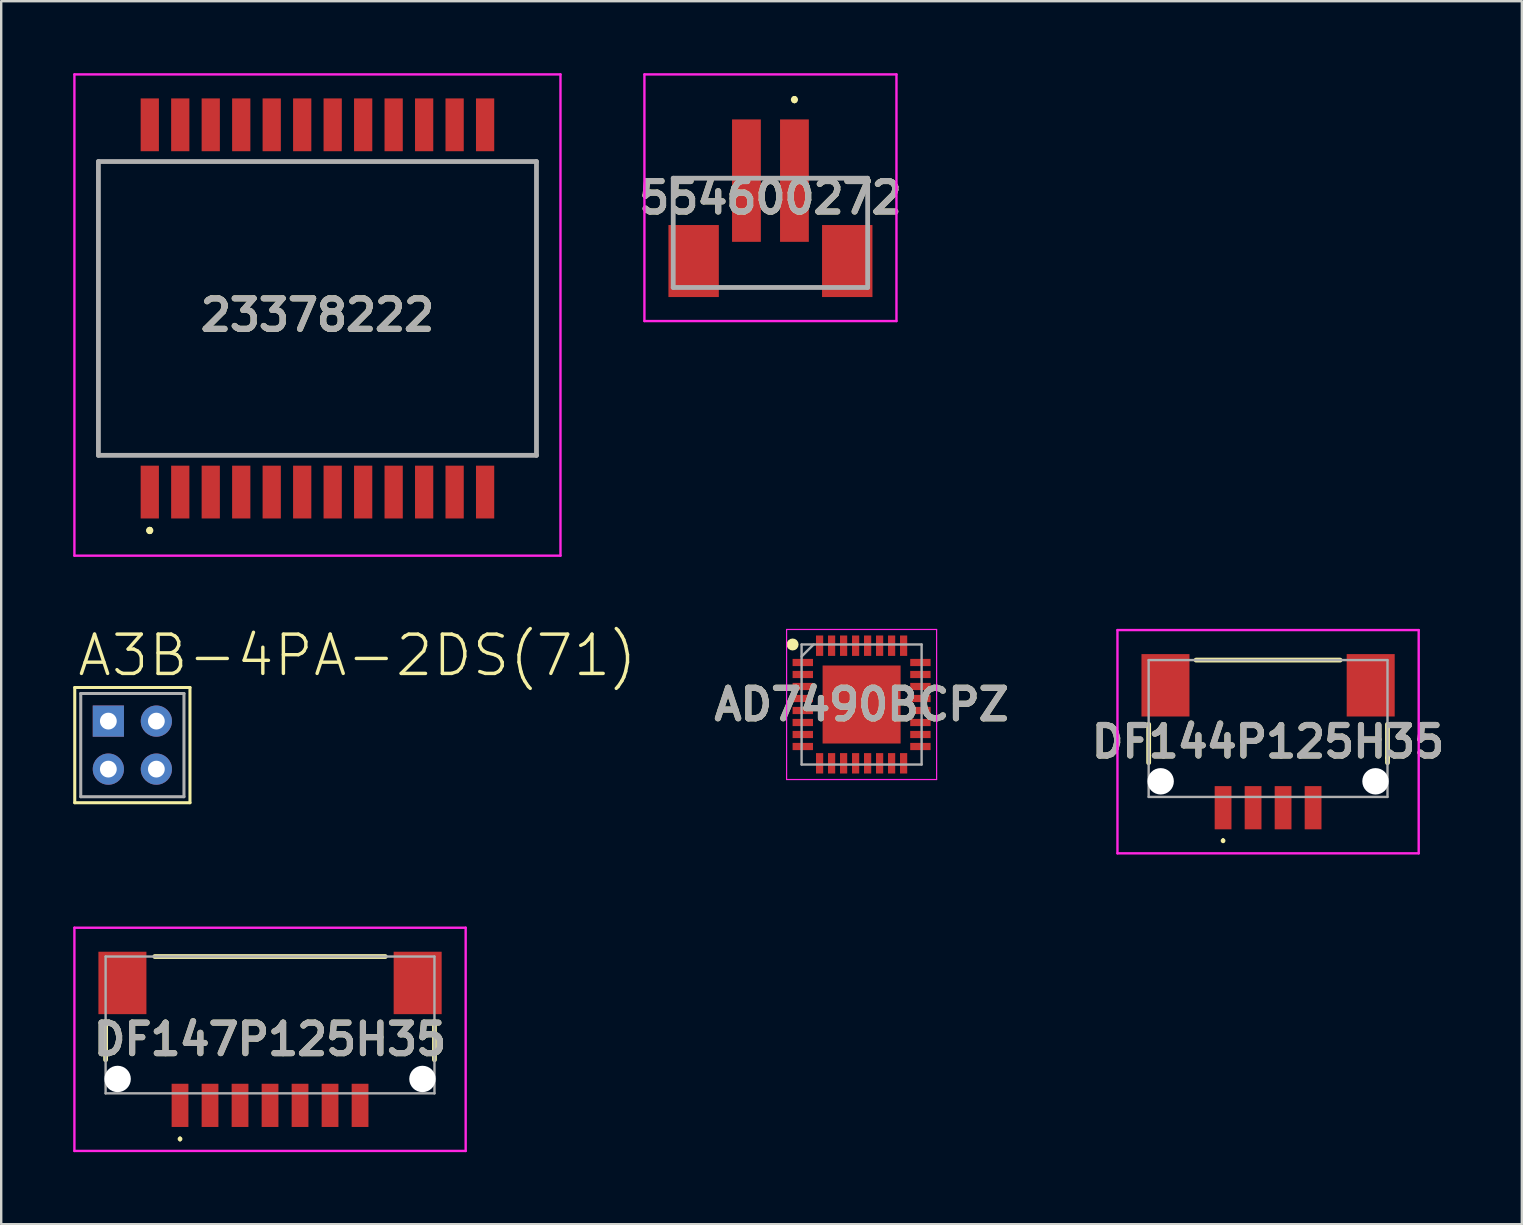
<source format=kicad_pcb>
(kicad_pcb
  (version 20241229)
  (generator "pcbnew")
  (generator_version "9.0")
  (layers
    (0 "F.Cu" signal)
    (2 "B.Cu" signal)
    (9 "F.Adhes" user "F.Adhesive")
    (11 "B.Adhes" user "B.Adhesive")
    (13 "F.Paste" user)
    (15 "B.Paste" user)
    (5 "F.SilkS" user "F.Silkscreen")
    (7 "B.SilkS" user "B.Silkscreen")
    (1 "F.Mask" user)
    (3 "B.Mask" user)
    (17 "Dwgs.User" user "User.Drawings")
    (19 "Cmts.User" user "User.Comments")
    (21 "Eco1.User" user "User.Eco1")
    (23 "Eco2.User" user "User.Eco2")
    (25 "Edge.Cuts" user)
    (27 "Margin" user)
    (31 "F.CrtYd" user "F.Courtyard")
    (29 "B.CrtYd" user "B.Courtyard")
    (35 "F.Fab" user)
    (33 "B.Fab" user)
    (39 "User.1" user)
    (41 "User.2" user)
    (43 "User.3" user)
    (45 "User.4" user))
  (footprint "DF144P125H35"
    (layer "F.Cu")
    (at 49.779 27.525)
    (property "Reference" "DF144P125H35" (at 0 0.325 0) (layer "F.SilkS") (effects (font (size 1.27 1.27) (thickness 0.254))))
    (attr through_hole)
    (fp_line (start -4.975 -0.4) (end -4.975 1.2) (stroke (width 0.2) (type solid)) (layer "F.SilkS"))
    (fp_line (start -3 -3.075) (end 3 -3.075) (stroke (width 0.2) (type solid)) (layer "F.SilkS"))
    (fp_line (start -1.875 4.4) (end -1.875 4.4) (stroke (width 0.1) (type solid)) (layer "F.SilkS"))
    (fp_line (start -1.875 4.5) (end -1.875 4.5) (stroke (width 0.1) (type solid)) (layer "F.SilkS"))
    (fp_line (start 4.975 -0.4) (end 4.975 1) (stroke (width 0.2) (type solid)) (layer "F.SilkS"))
    (fp_line (start 4.975 1) (end 4.975 1.2) (stroke (width 0.2) (type solid)) (layer "F.SilkS"))
    (fp_arc (start -1.875 4.4) (mid -1.825 4.45) (end -1.875 4.5) (stroke (width 0.1) (type solid)) (layer "F.SilkS"))
    (fp_arc (start -1.875 4.5) (mid -1.925 4.45) (end -1.875 4.4) (stroke (width 0.1) (type solid)) (layer "F.SilkS"))
    (fp_line (start -6.275 -4.325) (end 6.275 -4.325) (stroke (width 0.1) (type solid)) (layer "F.CrtYd"))
    (fp_line (start -6.275 4.975) (end -6.275 -4.325) (stroke (width 0.1) (type solid)) (layer "F.CrtYd"))
    (fp_line (start 6.275 -4.325) (end 6.275 4.975) (stroke (width 0.1) (type solid)) (layer "F.CrtYd"))
    (fp_line (start 6.275 4.975) (end -6.275 4.975) (stroke (width 0.1) (type solid)) (layer "F.CrtYd"))
    (fp_line (start -4.975 -3.075) (end 4.975 -3.075) (stroke (width 0.1) (type solid)) (layer "F.Fab"))
    (fp_line (start -4.975 2.625) (end -4.975 -3.075) (stroke (width 0.1) (type solid)) (layer "F.Fab"))
    (fp_line (start 4.975 -3.075) (end 4.975 2.625) (stroke (width 0.1) (type solid)) (layer "F.Fab"))
    (fp_line (start 4.975 2.625) (end -4.975 2.625) (stroke (width 0.1) (type solid)) (layer "F.Fab"))
    (fp_text user "${REFERENCE}" (at 0 0.325 0) (layer "F.Fab") (effects (font (size 1.27 1.27) (thickness 0.254))))
    (pad "" np_thru_hole circle (at -4.475 1.975) (size 1.1 1.1) (drill 1.1) (layers "*.Cu" "*.Mask"))
    (pad "" np_thru_hole circle (at 4.475 1.975) (size 1.1 1.1) (drill 1.1) (layers "*.Cu" "*.Mask"))
    (pad "1" smd rect (at -1.875 3.075) (size 0.7 1.8) (layers "F.Cu" "F.Mask" "F.Paste"))
    (pad "2" smd rect (at -0.625 3.075) (size 0.7 1.8) (layers "F.Cu" "F.Mask" "F.Paste"))
    (pad "3" smd rect (at 0.625 3.075) (size 0.7 1.8) (layers "F.Cu" "F.Mask" "F.Paste"))
    (pad "4" smd rect (at 1.875 3.075) (size 0.7 1.8) (layers "F.Cu" "F.Mask" "F.Paste"))
    (pad "MP1" smd rect (at -4.275 -2.025) (size 2 2.6) (layers "F.Cu" "F.Mask" "F.Paste"))
    (pad "MP2" smd rect (at 4.275 -2.025) (size 2 2.6) (layers "F.Cu" "F.Mask" "F.Paste")))
  (footprint "AD7490BCPZ"
    (layer "F.Cu")
    (at 32.845 26.3)
    (property "Reference" "AD7490BCPZ" (at 0 0 0) (layer "F.SilkS") (effects (font (size 1.27 1.27) (thickness 0.254))))
    (attr smd)
    (fp_circle (center -2.875 -2.5) (end -2.875 -2.375) (stroke (width 0.25) (type solid)) (fill no) (layer "F.SilkS"))
    (fp_line (start -3.125 -3.125) (end 3.125 -3.125) (stroke (width 0.05) (type solid)) (layer "F.CrtYd"))
    (fp_line (start -3.125 3.125) (end -3.125 -3.125) (stroke (width 0.05) (type solid)) (layer "F.CrtYd"))
    (fp_line (start 3.125 -3.125) (end 3.125 3.125) (stroke (width 0.05) (type solid)) (layer "F.CrtYd"))
    (fp_line (start 3.125 3.125) (end -3.125 3.125) (stroke (width 0.05) (type solid)) (layer "F.CrtYd"))
    (fp_line (start -2.5 -2.5) (end 2.5 -2.5) (stroke (width 0.1) (type solid)) (layer "F.Fab"))
    (fp_line (start -2.5 -2) (end -2 -2.5) (stroke (width 0.1) (type solid)) (layer "F.Fab"))
    (fp_line (start -2.5 2.5) (end -2.5 -2.5) (stroke (width 0.1) (type solid)) (layer "F.Fab"))
    (fp_line (start 2.5 -2.5) (end 2.5 2.5) (stroke (width 0.1) (type solid)) (layer "F.Fab"))
    (fp_line (start 2.5 2.5) (end -2.5 2.5) (stroke (width 0.1) (type solid)) (layer "F.Fab"))
    (fp_text user "${REFERENCE}" (at 0 0 0) (layer "F.Fab") (effects (font (size 1.27 1.27) (thickness 0.254))))
    (pad "1" smd rect (at -2.45 -1.75 90) (size 0.3 0.85) (layers "F.Cu" "F.Mask" "F.Paste"))
    (pad "2" smd rect (at -2.45 -1.25 90) (size 0.3 0.85) (layers "F.Cu" "F.Mask" "F.Paste"))
    (pad "3" smd rect (at -2.45 -0.75 90) (size 0.3 0.85) (layers "F.Cu" "F.Mask" "F.Paste"))
    (pad "4" smd rect (at -2.45 -0.25 90) (size 0.3 0.85) (layers "F.Cu" "F.Mask" "F.Paste"))
    (pad "5" smd rect (at -2.45 0.25 90) (size 0.3 0.85) (layers "F.Cu" "F.Mask" "F.Paste"))
    (pad "6" smd rect (at -2.45 0.75 90) (size 0.3 0.85) (layers "F.Cu" "F.Mask" "F.Paste"))
    (pad "7" smd rect (at -2.45 1.25 90) (size 0.3 0.85) (layers "F.Cu" "F.Mask" "F.Paste"))
    (pad "8" smd rect (at -2.45 1.75 90) (size 0.3 0.85) (layers "F.Cu" "F.Mask" "F.Paste"))
    (pad "9" smd rect (at -1.75 2.45) (size 0.3 0.85) (layers "F.Cu" "F.Mask" "F.Paste"))
    (pad "10" smd rect (at -1.25 2.45) (size 0.3 0.85) (layers "F.Cu" "F.Mask" "F.Paste"))
    (pad "11" smd rect (at -0.75 2.45) (size 0.3 0.85) (layers "F.Cu" "F.Mask" "F.Paste"))
    (pad "12" smd rect (at -0.25 2.45) (size 0.3 0.85) (layers "F.Cu" "F.Mask" "F.Paste"))
    (pad "13" smd rect (at 0.25 2.45) (size 0.3 0.85) (layers "F.Cu" "F.Mask" "F.Paste"))
    (pad "14" smd rect (at 0.75 2.45) (size 0.3 0.85) (layers "F.Cu" "F.Mask" "F.Paste"))
    (pad "15" smd rect (at 1.25 2.45) (size 0.3 0.85) (layers "F.Cu" "F.Mask" "F.Paste"))
    (pad "16" smd rect (at 1.75 2.45) (size 0.3 0.85) (layers "F.Cu" "F.Mask" "F.Paste"))
    (pad "17" smd rect (at 2.45 1.75 90) (size 0.3 0.85) (layers "F.Cu" "F.Mask" "F.Paste"))
    (pad "18" smd rect (at 2.45 1.25 90) (size 0.3 0.85) (layers "F.Cu" "F.Mask" "F.Paste"))
    (pad "19" smd rect (at 2.45 0.75 90) (size 0.3 0.85) (layers "F.Cu" "F.Mask" "F.Paste"))
    (pad "20" smd rect (at 2.45 0.25 90) (size 0.3 0.85) (layers "F.Cu" "F.Mask" "F.Paste"))
    (pad "21" smd rect (at 2.45 -0.25 90) (size 0.3 0.85) (layers "F.Cu" "F.Mask" "F.Paste"))
    (pad "22" smd rect (at 2.45 -0.75 90) (size 0.3 0.85) (layers "F.Cu" "F.Mask" "F.Paste"))
    (pad "23" smd rect (at 2.45 -1.25 90) (size 0.3 0.85) (layers "F.Cu" "F.Mask" "F.Paste"))
    (pad "24" smd rect (at 2.45 -1.75 90) (size 0.3 0.85) (layers "F.Cu" "F.Mask" "F.Paste"))
    (pad "25" smd rect (at 1.75 -2.45) (size 0.3 0.85) (layers "F.Cu" "F.Mask" "F.Paste"))
    (pad "26" smd rect (at 1.25 -2.45) (size 0.3 0.85) (layers "F.Cu" "F.Mask" "F.Paste"))
    (pad "27" smd rect (at 0.75 -2.45) (size 0.3 0.85) (layers "F.Cu" "F.Mask" "F.Paste"))
    (pad "28" smd rect (at 0.25 -2.45) (size 0.3 0.85) (layers "F.Cu" "F.Mask" "F.Paste"))
    (pad "29" smd rect (at -0.25 -2.45) (size 0.3 0.85) (layers "F.Cu" "F.Mask" "F.Paste"))
    (pad "30" smd rect (at -0.75 -2.45) (size 0.3 0.85) (layers "F.Cu" "F.Mask" "F.Paste"))
    (pad "31" smd rect (at -1.25 -2.45) (size 0.3 0.85) (layers "F.Cu" "F.Mask" "F.Paste"))
    (pad "32" smd rect (at -1.75 -2.45) (size 0.3 0.85) (layers "F.Cu" "F.Mask" "F.Paste"))
    (pad "33" smd rect (at 0 0) (size 3.25 3.25) (layers "F.Cu" "F.Mask" "F.Paste")))
  (footprint "23378222"
    (layer "F.Cu")
    (at 10.175 9.8)
    (property "Reference" "23378222" (at 0 0.275 0) (layer "F.SilkS") (effects (font (size 1.27 1.27) (thickness 0.254))))
    (attr smd)
    (fp_line (start -9.125 -6.12) (end -9.125 -6.12) (stroke (width 0.1) (type solid)) (layer "F.SilkS"))
    (fp_line (start -9.125 -6.12) (end -9.125 -6.12) (stroke (width 0.1) (type solid)) (layer "F.SilkS"))
    (fp_line (start -9.125 -6.12) (end -9.125 6.12) (stroke (width 0.1) (type solid)) (layer "F.SilkS"))
    (fp_line (start -9.125 -6.12) (end -7.75 -6.12) (stroke (width 0.1) (type solid)) (layer "F.SilkS"))
    (fp_line (start -9.125 6.12) (end -9.125 -6.12) (stroke (width 0.1) (type solid)) (layer "F.SilkS"))
    (fp_line (start -9.125 6.12) (end -9.125 6.12) (stroke (width 0.1) (type solid)) (layer "F.SilkS"))
    (fp_line (start -9.125 6.12) (end -9.125 6.12) (stroke (width 0.1) (type solid)) (layer "F.SilkS"))
    (fp_line (start -9.125 6.12) (end -8 6.12) (stroke (width 0.1) (type solid)) (layer "F.SilkS"))
    (fp_line (start -8 6.12) (end -9.125 6.12) (stroke (width 0.1) (type solid)) (layer "F.SilkS"))
    (fp_line (start -8 6.12) (end -8 6.12) (stroke (width 0.1) (type solid)) (layer "F.SilkS"))
    (fp_line (start -7.75 -6.12) (end -9.125 -6.12) (stroke (width 0.1) (type solid)) (layer "F.SilkS"))
    (fp_line (start -7.75 -6.12) (end -7.75 -6.12) (stroke (width 0.1) (type solid)) (layer "F.SilkS"))
    (fp_line (start -6.985 9.2) (end -6.985 9.2) (stroke (width 0.2) (type solid)) (layer "F.SilkS"))
    (fp_line (start -6.985 9.2) (end -6.985 9.2) (stroke (width 0.2) (type solid)) (layer "F.SilkS"))
    (fp_line (start -6.985 9.3) (end -6.985 9.3) (stroke (width 0.2) (type solid)) (layer "F.SilkS"))
    (fp_line (start 8 -6.12) (end 8 -6.12) (stroke (width 0.1) (type solid)) (layer "F.SilkS"))
    (fp_line (start 8 -6.12) (end 9.125 -6.12) (stroke (width 0.1) (type solid)) (layer "F.SilkS"))
    (fp_line (start 8 6.12) (end 8 6.12) (stroke (width 0.1) (type solid)) (layer "F.SilkS"))
    (fp_line (start 8 6.12) (end 9.125 6.12) (stroke (width 0.1) (type solid)) (layer "F.SilkS"))
    (fp_line (start 9.125 -6.12) (end 8 -6.12) (stroke (width 0.1) (type solid)) (layer "F.SilkS"))
    (fp_line (start 9.125 -6.12) (end 9.125 -6.12) (stroke (width 0.1) (type solid)) (layer "F.SilkS"))
    (fp_line (start 9.125 -6.12) (end 9.125 -6.12) (stroke (width 0.1) (type solid)) (layer "F.SilkS"))
    (fp_line (start 9.125 -6.12) (end 9.125 6.12) (stroke (width 0.1) (type solid)) (layer "F.SilkS"))
    (fp_line (start 9.125 6.12) (end 8 6.12) (stroke (width 0.1) (type solid)) (layer "F.SilkS"))
    (fp_line (start 9.125 6.12) (end 9.125 -6.12) (stroke (width 0.1) (type solid)) (layer "F.SilkS"))
    (fp_line (start 9.125 6.12) (end 9.125 6.12) (stroke (width 0.1) (type solid)) (layer "F.SilkS"))
    (fp_line (start 9.125 6.12) (end 9.125 6.12) (stroke (width 0.1) (type solid)) (layer "F.SilkS"))
    (fp_arc (start -6.985 9.2) (mid -6.935 9.25) (end -6.985 9.3) (stroke (width 0.2) (type solid)) (layer "F.SilkS"))
    (fp_arc (start -6.985 9.3) (mid -7.035 9.25) (end -6.985 9.2) (stroke (width 0.2) (type solid)) (layer "F.SilkS"))
    (fp_arc (start -6.985 9.3) (mid -7.035 9.25) (end -6.985 9.2) (stroke (width 0.2) (type solid)) (layer "F.SilkS"))
    (fp_line (start -10.125 -9.75) (end 10.125 -9.75) (stroke (width 0.1) (type solid)) (layer "F.CrtYd"))
    (fp_line (start -10.125 10.3) (end -10.125 -9.75) (stroke (width 0.1) (type solid)) (layer "F.CrtYd"))
    (fp_line (start 10.125 -9.75) (end 10.125 10.3) (stroke (width 0.1) (type solid)) (layer "F.CrtYd"))
    (fp_line (start 10.125 10.3) (end -10.125 10.3) (stroke (width 0.1) (type solid)) (layer "F.CrtYd"))
    (fp_line (start -9.125 -6.12) (end -9.125 6.12) (stroke (width 0.2) (type solid)) (layer "F.Fab"))
    (fp_line (start -9.125 6.12) (end 9.125 6.12) (stroke (width 0.2) (type solid)) (layer "F.Fab"))
    (fp_line (start 9.125 -6.12) (end -9.125 -6.12) (stroke (width 0.2) (type solid)) (layer "F.Fab"))
    (fp_line (start 9.125 6.12) (end 9.125 -6.12) (stroke (width 0.2) (type solid)) (layer "F.Fab"))
    (fp_text user "${REFERENCE}" (at 0 0.275 0) (layer "F.Fab") (effects (font (size 1.27 1.27) (thickness 0.254))))
    (pad "1" smd rect (at -6.985 7.65) (size 0.76 2.2) (layers "F.Cu" "F.Mask" "F.Paste"))
    (pad "2" smd rect (at -5.715 7.65) (size 0.76 2.2) (layers "F.Cu" "F.Mask" "F.Paste"))
    (pad "3" smd rect (at -4.445 7.65) (size 0.76 2.2) (layers "F.Cu" "F.Mask" "F.Paste"))
    (pad "4" smd rect (at -3.175 7.65) (size 0.76 2.2) (layers "F.Cu" "F.Mask" "F.Paste"))
    (pad "5" smd rect (at -1.905 7.65) (size 0.76 2.2) (layers "F.Cu" "F.Mask" "F.Paste"))
    (pad "6" smd rect (at -0.635 7.65) (size 0.76 2.2) (layers "F.Cu" "F.Mask" "F.Paste"))
    (pad "7" smd rect (at 0.635 7.65) (size 0.76 2.2) (layers "F.Cu" "F.Mask" "F.Paste"))
    (pad "8" smd rect (at 1.905 7.65) (size 0.76 2.2) (layers "F.Cu" "F.Mask" "F.Paste"))
    (pad "9" smd rect (at 3.175 7.65) (size 0.76 2.2) (layers "F.Cu" "F.Mask" "F.Paste"))
    (pad "10" smd rect (at 4.445 7.65) (size 0.76 2.2) (layers "F.Cu" "F.Mask" "F.Paste"))
    (pad "11" smd rect (at 5.715 7.65) (size 0.76 2.2) (layers "F.Cu" "F.Mask" "F.Paste"))
    (pad "12" smd rect (at 6.985 7.65) (size 0.76 2.2) (layers "F.Cu" "F.Mask" "F.Paste"))
    (pad "13" smd rect (at 6.985 -7.65) (size 0.76 2.2) (layers "F.Cu" "F.Mask" "F.Paste"))
    (pad "14" smd rect (at 5.715 -7.65) (size 0.76 2.2) (layers "F.Cu" "F.Mask" "F.Paste"))
    (pad "15" smd rect (at 4.445 -7.65) (size 0.76 2.2) (layers "F.Cu" "F.Mask" "F.Paste"))
    (pad "16" smd rect (at 3.175 -7.65) (size 0.76 2.2) (layers "F.Cu" "F.Mask" "F.Paste"))
    (pad "17" smd rect (at 1.905 -7.65) (size 0.76 2.2) (layers "F.Cu" "F.Mask" "F.Paste"))
    (pad "18" smd rect (at 0.635 -7.65) (size 0.76 2.2) (layers "F.Cu" "F.Mask" "F.Paste"))
    (pad "19" smd rect (at -0.635 -7.65) (size 0.76 2.2) (layers "F.Cu" "F.Mask" "F.Paste"))
    (pad "20" smd rect (at -1.905 -7.65) (size 0.76 2.2) (layers "F.Cu" "F.Mask" "F.Paste"))
    (pad "21" smd rect (at -3.175 -7.65) (size 0.76 2.2) (layers "F.Cu" "F.Mask" "F.Paste"))
    (pad "22" smd rect (at -4.445 -7.65) (size 0.76 2.2) (layers "F.Cu" "F.Mask" "F.Paste"))
    (pad "23" smd rect (at -5.715 -7.65) (size 0.76 2.2) (layers "F.Cu" "F.Mask" "F.Paste"))
    (pad "24" smd rect (at -6.985 -7.65) (size 0.76 2.2) (layers "F.Cu" "F.Mask" "F.Paste")))
  (footprint "A3B-4PA-2DS(71)"
    (layer "F.Cu")
    (at 1.464 28.992)
    (property "Reference" "A3B-4PA-2DS(71)" (at -1.37 -3.78 0) (layer "F.SilkS") (effects (font (size 1.636 1.636) (thickness 0.142)) (justify left bottom)))
    (fp_line (start -1.4 -3.4) (end -1.4 1.4) (stroke (width 0.127) (type solid)) (layer "F.SilkS"))
    (fp_line (start -1.4 1.4) (end 3.4 1.4) (stroke (width 0.127) (type solid)) (layer "F.SilkS"))
    (fp_line (start 3.4 -3.4) (end -1.4 -3.4) (stroke (width 0.127) (type solid)) (layer "F.SilkS"))
    (fp_line (start 3.4 1.4) (end 3.4 -3.4) (stroke (width 0.127) (type solid)) (layer "F.SilkS"))
    (fp_line (start -1.15 -3.15) (end -1.15 1.15) (stroke (width 0.127) (type solid)) (layer "F.Fab"))
    (fp_line (start -1.15 1.15) (end 3.15 1.15) (stroke (width 0.127) (type solid)) (layer "F.Fab"))
    (fp_line (start 3.15 -3.15) (end -1.15 -3.15) (stroke (width 0.127) (type solid)) (layer "F.Fab"))
    (fp_line (start 3.15 1.15) (end 3.15 -3.15) (stroke (width 0.127) (type solid)) (layer "F.Fab"))
    (pad "1" thru_hole rect (at 0 -2) (size 1.3 1.3) (drill 0.7) (layers "*.Cu" "*.Mask"))
    (pad "2" thru_hole circle (at 0 0) (size 1.3 1.3) (drill 0.7) (layers "*.Cu" "*.Mask"))
    (pad "3" thru_hole circle (at 2 -2) (size 1.3 1.3) (drill 0.7) (layers "*.Cu" "*.Mask"))
    (pad "4" thru_hole circle (at 2 0) (size 1.3 1.3) (drill 0.7) (layers "*.Cu" "*.Mask")))
  (footprint "554600272"
    (layer "F.Cu")
    (at 29.047 6.65)
    (property "Reference" "554600272" (at 0 -1.463 0) (layer "F.SilkS") (effects (font (size 1.27 1.27) (thickness 0.254))))
    (attr smd)
    (fp_line (start -1.5 2.275) (end 1.5 2.275) (stroke (width 0.1) (type solid)) (layer "F.SilkS"))
    (fp_line (start 1 -5.6) (end 1 -5.6) (stroke (width 0.2) (type solid)) (layer "F.SilkS"))
    (fp_line (start 1 -5.5) (end 1 -5.5) (stroke (width 0.2) (type solid)) (layer "F.SilkS"))
    (fp_arc (start 1 -5.6) (mid 1.05 -5.55) (end 1 -5.5) (stroke (width 0.2) (type solid)) (layer "F.SilkS"))
    (fp_arc (start 1 -5.5) (mid 0.95 -5.55) (end 1 -5.6) (stroke (width 0.2) (type solid)) (layer "F.SilkS"))
    (fp_line (start -5.25 -6.6) (end 5.25 -6.6) (stroke (width 0.1) (type solid)) (layer "F.CrtYd"))
    (fp_line (start -5.25 3.675) (end -5.25 -6.6) (stroke (width 0.1) (type solid)) (layer "F.CrtYd"))
    (fp_line (start 5.25 -6.6) (end 5.25 3.675) (stroke (width 0.1) (type solid)) (layer "F.CrtYd"))
    (fp_line (start 5.25 3.675) (end -5.25 3.675) (stroke (width 0.1) (type solid)) (layer "F.CrtYd"))
    (fp_line (start -4.05 -2.275) (end 4.05 -2.275) (stroke (width 0.2) (type solid)) (layer "F.Fab"))
    (fp_line (start -4.05 2.275) (end -4.05 -2.275) (stroke (width 0.2) (type solid)) (layer "F.Fab"))
    (fp_line (start 4.05 -2.275) (end 4.05 2.275) (stroke (width 0.2) (type solid)) (layer "F.Fab"))
    (fp_line (start 4.05 2.275) (end -4.05 2.275) (stroke (width 0.2) (type solid)) (layer "F.Fab"))
    (fp_text user "${REFERENCE}" (at 0 -1.463 0) (layer "F.Fab") (effects (font (size 1.27 1.27) (thickness 0.254))))
    (pad "1" smd rect (at 1 -2.175) (size 1.2 5.1) (layers "F.Cu" "F.Mask" "F.Paste"))
    (pad "2" smd rect (at -1 -2.175) (size 1.2 5.1) (layers "F.Cu" "F.Mask" "F.Paste"))
    (pad "MP1" smd rect (at -3.2 1.175) (size 2.1 3) (layers "F.Cu" "F.Mask" "F.Paste"))
    (pad "MP2" smd rect (at 3.2 1.175) (size 2.1 3) (layers "F.Cu" "F.Mask" "F.Paste")))
  (footprint "DF147P125H35"
    (layer "F.Cu")
    (at 8.2 40.25)
    (property "Reference" "DF147P125H35" (at 0 0 0) (layer "F.SilkS") (effects (font (size 1.27 1.27) (thickness 0.254))))
    (attr through_hole)
    (fp_line (start -6.85 0.85) (end -6.85 -0.75) (stroke (width 0.2) (type solid)) (layer "F.SilkS"))
    (fp_line (start -4.8 -3.45) (end 4.8 -3.45) (stroke (width 0.2) (type solid)) (layer "F.SilkS"))
    (fp_line (start -3.75 4.1) (end -3.75 4.1) (stroke (width 0.1) (type solid)) (layer "F.SilkS"))
    (fp_line (start -3.75 4.2) (end -3.75 4.2) (stroke (width 0.1) (type solid)) (layer "F.SilkS"))
    (fp_line (start 6.85 -0.75) (end 6.85 0.85) (stroke (width 0.2) (type solid)) (layer "F.SilkS"))
    (fp_arc (start -3.75 4.1) (mid -3.7 4.15) (end -3.75 4.2) (stroke (width 0.1) (type solid)) (layer "F.SilkS"))
    (fp_arc (start -3.75 4.2) (mid -3.8 4.15) (end -3.75 4.1) (stroke (width 0.1) (type solid)) (layer "F.SilkS"))
    (fp_line (start -8.15 -4.65) (end 8.15 -4.65) (stroke (width 0.1) (type solid)) (layer "F.CrtYd"))
    (fp_line (start -8.15 4.65) (end -8.15 -4.65) (stroke (width 0.1) (type solid)) (layer "F.CrtYd"))
    (fp_line (start 8.15 -4.65) (end 8.15 4.65) (stroke (width 0.1) (type solid)) (layer "F.CrtYd"))
    (fp_line (start 8.15 4.65) (end -8.15 4.65) (stroke (width 0.1) (type solid)) (layer "F.CrtYd"))
    (fp_line (start -6.85 -3.45) (end -6.85 2.25) (stroke (width 0.1) (type solid)) (layer "F.Fab"))
    (fp_line (start -6.85 2.25) (end 6.85 2.25) (stroke (width 0.1) (type solid)) (layer "F.Fab"))
    (fp_line (start 6.85 -3.45) (end -6.85 -3.45) (stroke (width 0.1) (type solid)) (layer "F.Fab"))
    (fp_line (start 6.85 2.25) (end 6.85 -3.45) (stroke (width 0.1) (type solid)) (layer "F.Fab"))
    (fp_text user "${REFERENCE}" (at 0 0 0) (layer "F.Fab") (effects (font (size 1.27 1.27) (thickness 0.254))))
    (pad "" np_thru_hole circle (at -6.35 1.65) (size 1.1 1.1) (drill 1.1) (layers "*.Cu" "*.Mask"))
    (pad "" np_thru_hole circle (at 6.35 1.65) (size 1.1 1.1) (drill 1.1) (layers "*.Cu" "*.Mask"))
    (pad "1" smd rect (at -3.75 2.75) (size 0.7 1.8) (layers "F.Cu" "F.Mask" "F.Paste"))
    (pad "2" smd rect (at -2.5 2.75) (size 0.7 1.8) (layers "F.Cu" "F.Mask" "F.Paste"))
    (pad "3" smd rect (at -1.25 2.75) (size 0.7 1.8) (layers "F.Cu" "F.Mask" "F.Paste"))
    (pad "4" smd rect (at 0 2.75) (size 0.7 1.8) (layers "F.Cu" "F.Mask" "F.Paste"))
    (pad "5" smd rect (at 1.25 2.75) (size 0.7 1.8) (layers "F.Cu" "F.Mask" "F.Paste"))
    (pad "6" smd rect (at 2.5 2.75) (size 0.7 1.8) (layers "F.Cu" "F.Mask" "F.Paste"))
    (pad "7" smd rect (at 3.75 2.75) (size 0.7 1.8) (layers "F.Cu" "F.Mask" "F.Paste"))
    (pad "MP1" smd rect (at -6.15 -2.35) (size 2 2.6) (layers "F.Cu" "F.Mask" "F.Paste"))
    (pad "MP2" smd rect (at 6.15 -2.35) (size 2 2.6) (layers "F.Cu" "F.Mask" "F.Paste")))
  (gr_rect
    (start -3 -3)
    (end 60.351 47.95)
    (stroke (width 0.1) (type default))
    (fill no)
    (layer "Edge.Cuts")))
</source>
